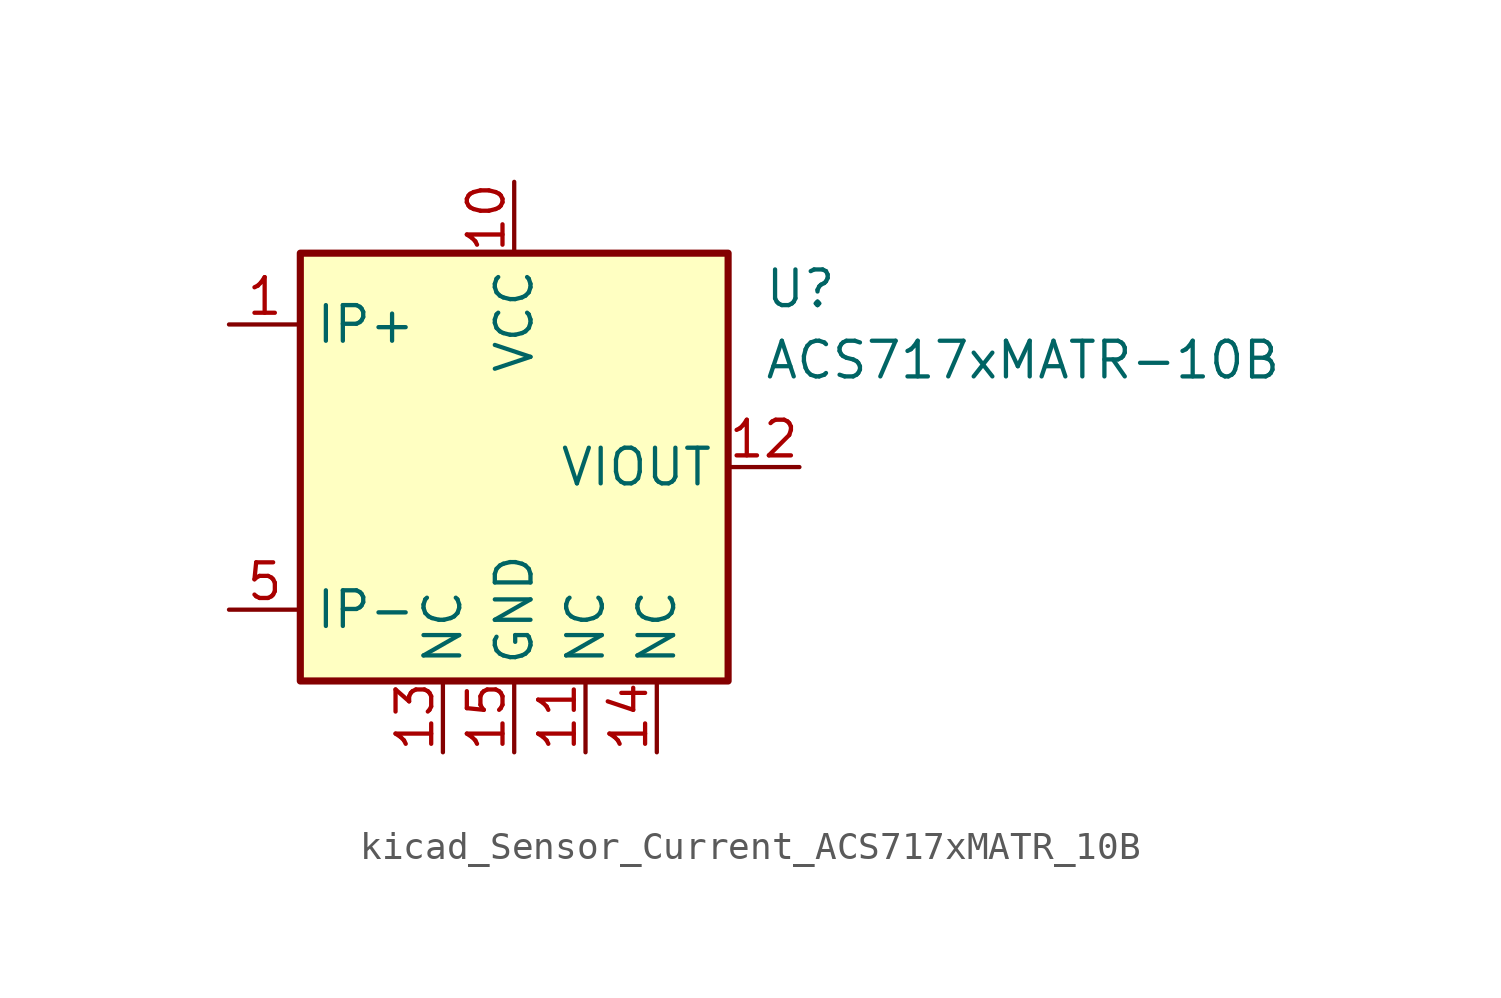
<source format=kicad_sym>
(kicad_symbol_lib
  (version 20220914)
  (generator kicad_symbol_editor)
  (symbol "kicad_Sensor_Current_ACS717xMATR_10B"
    (property "Reference" "U"
      (at 8.89 6.35 0)
      (effects (font (size 1.27 1.27)) (justify left)))
    (property "Value" "ACS717xMATR-10B"
      (at 8.89 3.81 0)
      (effects (font (size 1.27 1.27)) (justify left)))
    (symbol "kicad_Sensor_Current_ACS717xMATR_10B_0_1"
      (rectangle (start -7.62 7.62) (end 7.62 -7.62) (stroke (width 0.254) (type default)) (fill (type background))))
    (symbol "kicad_Sensor_Current_ACS717xMATR_10B_1_1"
      (pin passive line (at -10.16 5.08 0) (length 2.54) (name "IP+" (effects (font (size 1.27 1.27)))) (number "1" (effects (font (size 1.27 1.27)))))
      (pin power_in line (at 0 10.16 270) (length 2.54) (name "VCC" (effects (font (size 1.27 1.27)))) (number "10" (effects (font (size 1.27 1.27)))))
      (pin passive line (at 2.54 -10.16 90) (length 2.54) (name "NC" (effects (font (size 1.27 1.27)))) (number "11" (effects (font (size 1.27 1.27)))))
      (pin output line (at 10.16 0 180) (length 2.54) (name "VIOUT" (effects (font (size 1.27 1.27)))) (number "12" (effects (font (size 1.27 1.27)))))
      (pin passive line (at -2.54 -10.16 90) (length 2.54) (name "NC" (effects (font (size 1.27 1.27)))) (number "13" (effects (font (size 1.27 1.27)))))
      (pin passive line (at 5.08 -10.16 90) (length 2.54) (name "NC" (effects (font (size 1.27 1.27)))) (number "14" (effects (font (size 1.27 1.27)))))
      (pin power_in line (at 0 -10.16 90) (length 2.54) (name "GND" (effects (font (size 1.27 1.27)))) (number "15" (effects (font (size 1.27 1.27)))))
      (pin no_connect line (at 7.62 2.54 180) (length 2.54) hide (name "NC" (effects (font (size 1.27 1.27)))) (number "16" (effects (font (size 1.27 1.27)))))
      (pin passive line (at -10.16 5.08 0) (length 2.54) hide (name "IP+" (effects (font (size 1.27 1.27)))) (number "2" (effects (font (size 1.27 1.27)))))
      (pin passive line (at -10.16 5.08 0) (length 2.54) hide (name "IP+" (effects (font (size 1.27 1.27)))) (number "3" (effects (font (size 1.27 1.27)))))
      (pin passive line (at -10.16 5.08 0) (length 2.54) hide (name "IP+" (effects (font (size 1.27 1.27)))) (number "4" (effects (font (size 1.27 1.27)))))
      (pin passive line (at -10.16 -5.08 0) (length 2.54) (name "IP-" (effects (font (size 1.27 1.27)))) (number "5" (effects (font (size 1.27 1.27)))))
      (pin passive line (at -10.16 -5.08 0) (length 2.54) hide (name "IP-" (effects (font (size 1.27 1.27)))) (number "6" (effects (font (size 1.27 1.27)))))
      (pin passive line (at -10.16 -5.08 0) (length 2.54) hide (name "IP-" (effects (font (size 1.27 1.27)))) (number "7" (effects (font (size 1.27 1.27)))))
      (pin passive line (at -10.16 -5.08 0) (length 2.54) hide (name "IP-" (effects (font (size 1.27 1.27)))) (number "8" (effects (font (size 1.27 1.27)))))
      (pin no_connect line (at 7.62 5.08 180) (length 2.54) hide (name "NC" (effects (font (size 1.27 1.27)))) (number "9" (effects (font (size 1.27 1.27))))))))
</source>
